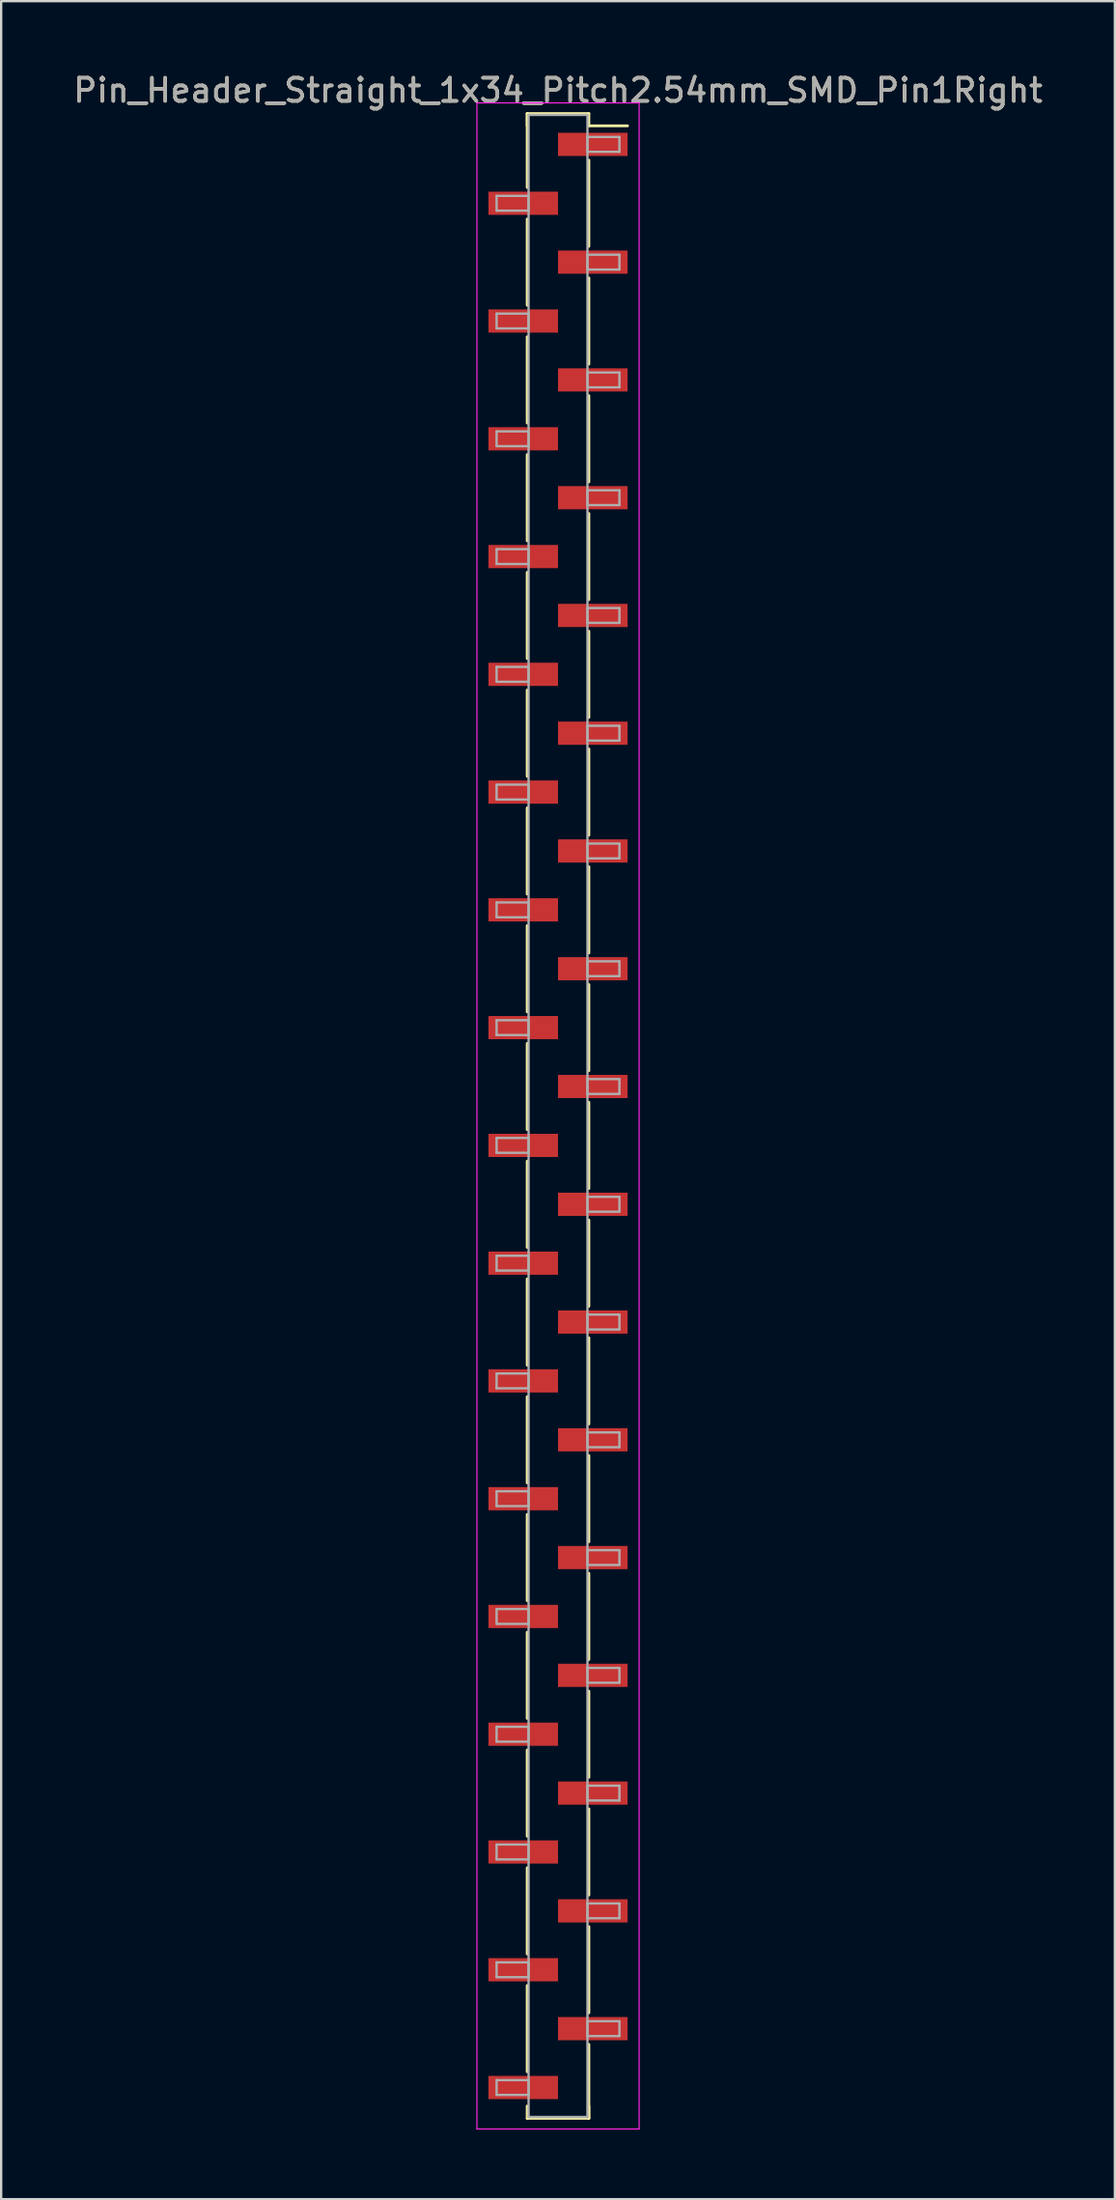
<source format=kicad_pcb>
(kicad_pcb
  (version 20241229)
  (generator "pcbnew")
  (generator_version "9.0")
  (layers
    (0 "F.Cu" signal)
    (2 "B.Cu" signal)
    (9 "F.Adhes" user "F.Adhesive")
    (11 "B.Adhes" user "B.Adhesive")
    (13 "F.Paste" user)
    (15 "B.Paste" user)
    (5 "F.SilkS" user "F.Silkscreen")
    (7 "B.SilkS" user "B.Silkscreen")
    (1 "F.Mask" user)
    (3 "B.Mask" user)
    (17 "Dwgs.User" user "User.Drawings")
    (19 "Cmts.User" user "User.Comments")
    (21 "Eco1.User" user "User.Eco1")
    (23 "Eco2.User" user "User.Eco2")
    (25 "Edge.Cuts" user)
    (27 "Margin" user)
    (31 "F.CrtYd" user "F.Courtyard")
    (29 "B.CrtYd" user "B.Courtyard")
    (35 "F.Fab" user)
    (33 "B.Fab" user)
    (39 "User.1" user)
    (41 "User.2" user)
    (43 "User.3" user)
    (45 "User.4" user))
  (footprint "Pin_Header_Straight_1x34_Pitch2.54mm_SMD_Pin1Right"
    (layer "F.Cu")
    (at 21.03 45.088)
    (property "Reference" "Pin_Header_Straight_1x34_Pitch2.54mm_SMD_Pin1Right" (at 0 -44.24 0) (layer "F.SilkS") (effects (font (size 1 1) (thickness 0.15))))
    (attr smd)
    (fp_line (start -1.33 -43.24) (end -1.33 -40.05) (stroke (width 0.12) (type solid)) (layer "F.SilkS"))
    (fp_line (start -1.33 -43.24) (end 1.33 -43.24) (stroke (width 0.12) (type solid)) (layer "F.SilkS"))
    (fp_line (start -1.33 -42.71) (end -1.33 -43.24) (stroke (width 0.12) (type solid)) (layer "F.SilkS"))
    (fp_line (start -1.33 -38.69) (end -1.33 -34.97) (stroke (width 0.12) (type solid)) (layer "F.SilkS"))
    (fp_line (start -1.33 -33.61) (end -1.33 -29.89) (stroke (width 0.12) (type solid)) (layer "F.SilkS"))
    (fp_line (start -1.33 -28.53) (end -1.33 -24.81) (stroke (width 0.12) (type solid)) (layer "F.SilkS"))
    (fp_line (start -1.33 -23.45) (end -1.33 -19.73) (stroke (width 0.12) (type solid)) (layer "F.SilkS"))
    (fp_line (start -1.33 -18.37) (end -1.33 -14.65) (stroke (width 0.12) (type solid)) (layer "F.SilkS"))
    (fp_line (start -1.33 -13.29) (end -1.33 -9.57) (stroke (width 0.12) (type solid)) (layer "F.SilkS"))
    (fp_line (start -1.33 -8.21) (end -1.33 -4.49) (stroke (width 0.12) (type solid)) (layer "F.SilkS"))
    (fp_line (start -1.33 -3.13) (end -1.33 0.59) (stroke (width 0.12) (type solid)) (layer "F.SilkS"))
    (fp_line (start -1.33 1.95) (end -1.33 5.67) (stroke (width 0.12) (type solid)) (layer "F.SilkS"))
    (fp_line (start -1.33 7.03) (end -1.33 10.75) (stroke (width 0.12) (type solid)) (layer "F.SilkS"))
    (fp_line (start -1.33 12.11) (end -1.33 15.83) (stroke (width 0.12) (type solid)) (layer "F.SilkS"))
    (fp_line (start -1.33 17.19) (end -1.33 20.91) (stroke (width 0.12) (type solid)) (layer "F.SilkS"))
    (fp_line (start -1.33 22.27) (end -1.33 25.99) (stroke (width 0.12) (type solid)) (layer "F.SilkS"))
    (fp_line (start -1.33 27.35) (end -1.33 31.07) (stroke (width 0.12) (type solid)) (layer "F.SilkS"))
    (fp_line (start -1.33 32.43) (end -1.33 36.15) (stroke (width 0.12) (type solid)) (layer "F.SilkS"))
    (fp_line (start -1.33 37.51) (end -1.33 41.23) (stroke (width 0.12) (type solid)) (layer "F.SilkS"))
    (fp_line (start -1.33 42.71) (end -1.33 43.24) (stroke (width 0.12) (type solid)) (layer "F.SilkS"))
    (fp_line (start -1.33 43.24) (end 1.33 43.24) (stroke (width 0.12) (type solid)) (layer "F.SilkS"))
    (fp_line (start 1.33 -43.24) (end 1.33 -42.71) (stroke (width 0.12) (type solid)) (layer "F.SilkS"))
    (fp_line (start 1.33 -42.71) (end 3 -42.71) (stroke (width 0.12) (type solid)) (layer "F.SilkS"))
    (fp_line (start 1.33 -41.23) (end 1.33 -37.51) (stroke (width 0.12) (type solid)) (layer "F.SilkS"))
    (fp_line (start 1.33 -36.15) (end 1.33 -32.43) (stroke (width 0.12) (type solid)) (layer "F.SilkS"))
    (fp_line (start 1.33 -31.07) (end 1.33 -27.35) (stroke (width 0.12) (type solid)) (layer "F.SilkS"))
    (fp_line (start 1.33 -25.99) (end 1.33 -22.27) (stroke (width 0.12) (type solid)) (layer "F.SilkS"))
    (fp_line (start 1.33 -20.91) (end 1.33 -17.19) (stroke (width 0.12) (type solid)) (layer "F.SilkS"))
    (fp_line (start 1.33 -15.83) (end 1.33 -12.11) (stroke (width 0.12) (type solid)) (layer "F.SilkS"))
    (fp_line (start 1.33 -10.75) (end 1.33 -7.03) (stroke (width 0.12) (type solid)) (layer "F.SilkS"))
    (fp_line (start 1.33 -5.67) (end 1.33 -1.95) (stroke (width 0.12) (type solid)) (layer "F.SilkS"))
    (fp_line (start 1.33 -0.59) (end 1.33 3.13) (stroke (width 0.12) (type solid)) (layer "F.SilkS"))
    (fp_line (start 1.33 4.49) (end 1.33 8.21) (stroke (width 0.12) (type solid)) (layer "F.SilkS"))
    (fp_line (start 1.33 9.57) (end 1.33 13.29) (stroke (width 0.12) (type solid)) (layer "F.SilkS"))
    (fp_line (start 1.33 14.65) (end 1.33 18.37) (stroke (width 0.12) (type solid)) (layer "F.SilkS"))
    (fp_line (start 1.33 19.73) (end 1.33 23.45) (stroke (width 0.12) (type solid)) (layer "F.SilkS"))
    (fp_line (start 1.33 24.81) (end 1.33 28.53) (stroke (width 0.12) (type solid)) (layer "F.SilkS"))
    (fp_line (start 1.33 29.89) (end 1.33 33.61) (stroke (width 0.12) (type solid)) (layer "F.SilkS"))
    (fp_line (start 1.33 34.97) (end 1.33 38.69) (stroke (width 0.12) (type solid)) (layer "F.SilkS"))
    (fp_line (start 1.33 40.05) (end 1.33 43.24) (stroke (width 0.12) (type solid)) (layer "F.SilkS"))
    (fp_line (start 1.33 43.24) (end 1.33 42.71) (stroke (width 0.12) (type solid)) (layer "F.SilkS"))
    (fp_line (start -3.5 -43.7) (end -3.5 43.7) (stroke (width 0.05) (type solid)) (layer "F.CrtYd"))
    (fp_line (start -3.5 43.7) (end 3.5 43.7) (stroke (width 0.05) (type solid)) (layer "F.CrtYd"))
    (fp_line (start 3.5 -43.7) (end -3.5 -43.7) (stroke (width 0.05) (type solid)) (layer "F.CrtYd"))
    (fp_line (start 3.5 43.7) (end 3.5 -43.7) (stroke (width 0.05) (type solid)) (layer "F.CrtYd"))
    (fp_line (start -2.65 -39.69) (end -1.27 -39.69) (stroke (width 0.1) (type solid)) (layer "F.Fab"))
    (fp_line (start -2.65 -39.05) (end -2.65 -39.69) (stroke (width 0.1) (type solid)) (layer "F.Fab"))
    (fp_line (start -2.65 -34.61) (end -1.27 -34.61) (stroke (width 0.1) (type solid)) (layer "F.Fab"))
    (fp_line (start -2.65 -33.97) (end -2.65 -34.61) (stroke (width 0.1) (type solid)) (layer "F.Fab"))
    (fp_line (start -2.65 -29.53) (end -1.27 -29.53) (stroke (width 0.1) (type solid)) (layer "F.Fab"))
    (fp_line (start -2.65 -28.89) (end -2.65 -29.53) (stroke (width 0.1) (type solid)) (layer "F.Fab"))
    (fp_line (start -2.65 -24.45) (end -1.27 -24.45) (stroke (width 0.1) (type solid)) (layer "F.Fab"))
    (fp_line (start -2.65 -23.81) (end -2.65 -24.45) (stroke (width 0.1) (type solid)) (layer "F.Fab"))
    (fp_line (start -2.65 -19.37) (end -1.27 -19.37) (stroke (width 0.1) (type solid)) (layer "F.Fab"))
    (fp_line (start -2.65 -18.73) (end -2.65 -19.37) (stroke (width 0.1) (type solid)) (layer "F.Fab"))
    (fp_line (start -2.65 -14.29) (end -1.27 -14.29) (stroke (width 0.1) (type solid)) (layer "F.Fab"))
    (fp_line (start -2.65 -13.65) (end -2.65 -14.29) (stroke (width 0.1) (type solid)) (layer "F.Fab"))
    (fp_line (start -2.65 -9.21) (end -1.27 -9.21) (stroke (width 0.1) (type solid)) (layer "F.Fab"))
    (fp_line (start -2.65 -8.57) (end -2.65 -9.21) (stroke (width 0.1) (type solid)) (layer "F.Fab"))
    (fp_line (start -2.65 -4.13) (end -1.27 -4.13) (stroke (width 0.1) (type solid)) (layer "F.Fab"))
    (fp_line (start -2.65 -3.49) (end -2.65 -4.13) (stroke (width 0.1) (type solid)) (layer "F.Fab"))
    (fp_line (start -2.65 0.95) (end -1.27 0.95) (stroke (width 0.1) (type solid)) (layer "F.Fab"))
    (fp_line (start -2.65 1.59) (end -2.65 0.95) (stroke (width 0.1) (type solid)) (layer "F.Fab"))
    (fp_line (start -2.65 6.03) (end -1.27 6.03) (stroke (width 0.1) (type solid)) (layer "F.Fab"))
    (fp_line (start -2.65 6.67) (end -2.65 6.03) (stroke (width 0.1) (type solid)) (layer "F.Fab"))
    (fp_line (start -2.65 11.11) (end -1.27 11.11) (stroke (width 0.1) (type solid)) (layer "F.Fab"))
    (fp_line (start -2.65 11.75) (end -2.65 11.11) (stroke (width 0.1) (type solid)) (layer "F.Fab"))
    (fp_line (start -2.65 16.19) (end -1.27 16.19) (stroke (width 0.1) (type solid)) (layer "F.Fab"))
    (fp_line (start -2.65 16.83) (end -2.65 16.19) (stroke (width 0.1) (type solid)) (layer "F.Fab"))
    (fp_line (start -2.65 21.27) (end -1.27 21.27) (stroke (width 0.1) (type solid)) (layer "F.Fab"))
    (fp_line (start -2.65 21.91) (end -2.65 21.27) (stroke (width 0.1) (type solid)) (layer "F.Fab"))
    (fp_line (start -2.65 26.35) (end -1.27 26.35) (stroke (width 0.1) (type solid)) (layer "F.Fab"))
    (fp_line (start -2.65 26.99) (end -2.65 26.35) (stroke (width 0.1) (type solid)) (layer "F.Fab"))
    (fp_line (start -2.65 31.43) (end -1.27 31.43) (stroke (width 0.1) (type solid)) (layer "F.Fab"))
    (fp_line (start -2.65 32.07) (end -2.65 31.43) (stroke (width 0.1) (type solid)) (layer "F.Fab"))
    (fp_line (start -2.65 36.51) (end -1.27 36.51) (stroke (width 0.1) (type solid)) (layer "F.Fab"))
    (fp_line (start -2.65 37.15) (end -2.65 36.51) (stroke (width 0.1) (type solid)) (layer "F.Fab"))
    (fp_line (start -2.65 41.59) (end -1.27 41.59) (stroke (width 0.1) (type solid)) (layer "F.Fab"))
    (fp_line (start -2.65 42.23) (end -2.65 41.59) (stroke (width 0.1) (type solid)) (layer "F.Fab"))
    (fp_line (start -1.27 -43.18) (end -1.27 43.18) (stroke (width 0.1) (type solid)) (layer "F.Fab"))
    (fp_line (start -1.27 -39.69) (end -1.27 -39.05) (stroke (width 0.1) (type solid)) (layer "F.Fab"))
    (fp_line (start -1.27 -39.05) (end -2.65 -39.05) (stroke (width 0.1) (type solid)) (layer "F.Fab"))
    (fp_line (start -1.27 -34.61) (end -1.27 -33.97) (stroke (width 0.1) (type solid)) (layer "F.Fab"))
    (fp_line (start -1.27 -33.97) (end -2.65 -33.97) (stroke (width 0.1) (type solid)) (layer "F.Fab"))
    (fp_line (start -1.27 -29.53) (end -1.27 -28.89) (stroke (width 0.1) (type solid)) (layer "F.Fab"))
    (fp_line (start -1.27 -28.89) (end -2.65 -28.89) (stroke (width 0.1) (type solid)) (layer "F.Fab"))
    (fp_line (start -1.27 -24.45) (end -1.27 -23.81) (stroke (width 0.1) (type solid)) (layer "F.Fab"))
    (fp_line (start -1.27 -23.81) (end -2.65 -23.81) (stroke (width 0.1) (type solid)) (layer "F.Fab"))
    (fp_line (start -1.27 -19.37) (end -1.27 -18.73) (stroke (width 0.1) (type solid)) (layer "F.Fab"))
    (fp_line (start -1.27 -18.73) (end -2.65 -18.73) (stroke (width 0.1) (type solid)) (layer "F.Fab"))
    (fp_line (start -1.27 -14.29) (end -1.27 -13.65) (stroke (width 0.1) (type solid)) (layer "F.Fab"))
    (fp_line (start -1.27 -13.65) (end -2.65 -13.65) (stroke (width 0.1) (type solid)) (layer "F.Fab"))
    (fp_line (start -1.27 -9.21) (end -1.27 -8.57) (stroke (width 0.1) (type solid)) (layer "F.Fab"))
    (fp_line (start -1.27 -8.57) (end -2.65 -8.57) (stroke (width 0.1) (type solid)) (layer "F.Fab"))
    (fp_line (start -1.27 -4.13) (end -1.27 -3.49) (stroke (width 0.1) (type solid)) (layer "F.Fab"))
    (fp_line (start -1.27 -3.49) (end -2.65 -3.49) (stroke (width 0.1) (type solid)) (layer "F.Fab"))
    (fp_line (start -1.27 0.95) (end -1.27 1.59) (stroke (width 0.1) (type solid)) (layer "F.Fab"))
    (fp_line (start -1.27 1.59) (end -2.65 1.59) (stroke (width 0.1) (type solid)) (layer "F.Fab"))
    (fp_line (start -1.27 6.03) (end -1.27 6.67) (stroke (width 0.1) (type solid)) (layer "F.Fab"))
    (fp_line (start -1.27 6.67) (end -2.65 6.67) (stroke (width 0.1) (type solid)) (layer "F.Fab"))
    (fp_line (start -1.27 11.11) (end -1.27 11.75) (stroke (width 0.1) (type solid)) (layer "F.Fab"))
    (fp_line (start -1.27 11.75) (end -2.65 11.75) (stroke (width 0.1) (type solid)) (layer "F.Fab"))
    (fp_line (start -1.27 16.19) (end -1.27 16.83) (stroke (width 0.1) (type solid)) (layer "F.Fab"))
    (fp_line (start -1.27 16.83) (end -2.65 16.83) (stroke (width 0.1) (type solid)) (layer "F.Fab"))
    (fp_line (start -1.27 21.27) (end -1.27 21.91) (stroke (width 0.1) (type solid)) (layer "F.Fab"))
    (fp_line (start -1.27 21.91) (end -2.65 21.91) (stroke (width 0.1) (type solid)) (layer "F.Fab"))
    (fp_line (start -1.27 26.35) (end -1.27 26.99) (stroke (width 0.1) (type solid)) (layer "F.Fab"))
    (fp_line (start -1.27 26.99) (end -2.65 26.99) (stroke (width 0.1) (type solid)) (layer "F.Fab"))
    (fp_line (start -1.27 31.43) (end -1.27 32.07) (stroke (width 0.1) (type solid)) (layer "F.Fab"))
    (fp_line (start -1.27 32.07) (end -2.65 32.07) (stroke (width 0.1) (type solid)) (layer "F.Fab"))
    (fp_line (start -1.27 36.51) (end -1.27 37.15) (stroke (width 0.1) (type solid)) (layer "F.Fab"))
    (fp_line (start -1.27 37.15) (end -2.65 37.15) (stroke (width 0.1) (type solid)) (layer "F.Fab"))
    (fp_line (start -1.27 41.59) (end -1.27 42.23) (stroke (width 0.1) (type solid)) (layer "F.Fab"))
    (fp_line (start -1.27 42.23) (end -2.65 42.23) (stroke (width 0.1) (type solid)) (layer "F.Fab"))
    (fp_line (start -1.27 43.18) (end 1.27 43.18) (stroke (width 0.1) (type solid)) (layer "F.Fab"))
    (fp_line (start 1.27 -43.18) (end -1.27 -43.18) (stroke (width 0.1) (type solid)) (layer "F.Fab"))
    (fp_line (start 1.27 -42.23) (end 1.27 -41.59) (stroke (width 0.1) (type solid)) (layer "F.Fab"))
    (fp_line (start 1.27 -41.59) (end 2.65 -41.59) (stroke (width 0.1) (type solid)) (layer "F.Fab"))
    (fp_line (start 1.27 -37.15) (end 1.27 -36.51) (stroke (width 0.1) (type solid)) (layer "F.Fab"))
    (fp_line (start 1.27 -36.51) (end 2.65 -36.51) (stroke (width 0.1) (type solid)) (layer "F.Fab"))
    (fp_line (start 1.27 -32.07) (end 1.27 -31.43) (stroke (width 0.1) (type solid)) (layer "F.Fab"))
    (fp_line (start 1.27 -31.43) (end 2.65 -31.43) (stroke (width 0.1) (type solid)) (layer "F.Fab"))
    (fp_line (start 1.27 -26.99) (end 1.27 -26.35) (stroke (width 0.1) (type solid)) (layer "F.Fab"))
    (fp_line (start 1.27 -26.35) (end 2.65 -26.35) (stroke (width 0.1) (type solid)) (layer "F.Fab"))
    (fp_line (start 1.27 -21.91) (end 1.27 -21.27) (stroke (width 0.1) (type solid)) (layer "F.Fab"))
    (fp_line (start 1.27 -21.27) (end 2.65 -21.27) (stroke (width 0.1) (type solid)) (layer "F.Fab"))
    (fp_line (start 1.27 -16.83) (end 1.27 -16.19) (stroke (width 0.1) (type solid)) (layer "F.Fab"))
    (fp_line (start 1.27 -16.19) (end 2.65 -16.19) (stroke (width 0.1) (type solid)) (layer "F.Fab"))
    (fp_line (start 1.27 -11.75) (end 1.27 -11.11) (stroke (width 0.1) (type solid)) (layer "F.Fab"))
    (fp_line (start 1.27 -11.11) (end 2.65 -11.11) (stroke (width 0.1) (type solid)) (layer "F.Fab"))
    (fp_line (start 1.27 -6.67) (end 1.27 -6.03) (stroke (width 0.1) (type solid)) (layer "F.Fab"))
    (fp_line (start 1.27 -6.03) (end 2.65 -6.03) (stroke (width 0.1) (type solid)) (layer "F.Fab"))
    (fp_line (start 1.27 -1.59) (end 1.27 -0.95) (stroke (width 0.1) (type solid)) (layer "F.Fab"))
    (fp_line (start 1.27 -0.95) (end 2.65 -0.95) (stroke (width 0.1) (type solid)) (layer "F.Fab"))
    (fp_line (start 1.27 3.49) (end 1.27 4.13) (stroke (width 0.1) (type solid)) (layer "F.Fab"))
    (fp_line (start 1.27 4.13) (end 2.65 4.13) (stroke (width 0.1) (type solid)) (layer "F.Fab"))
    (fp_line (start 1.27 8.57) (end 1.27 9.21) (stroke (width 0.1) (type solid)) (layer "F.Fab"))
    (fp_line (start 1.27 9.21) (end 2.65 9.21) (stroke (width 0.1) (type solid)) (layer "F.Fab"))
    (fp_line (start 1.27 13.65) (end 1.27 14.29) (stroke (width 0.1) (type solid)) (layer "F.Fab"))
    (fp_line (start 1.27 14.29) (end 2.65 14.29) (stroke (width 0.1) (type solid)) (layer "F.Fab"))
    (fp_line (start 1.27 18.73) (end 1.27 19.37) (stroke (width 0.1) (type solid)) (layer "F.Fab"))
    (fp_line (start 1.27 19.37) (end 2.65 19.37) (stroke (width 0.1) (type solid)) (layer "F.Fab"))
    (fp_line (start 1.27 23.81) (end 1.27 24.45) (stroke (width 0.1) (type solid)) (layer "F.Fab"))
    (fp_line (start 1.27 24.45) (end 2.65 24.45) (stroke (width 0.1) (type solid)) (layer "F.Fab"))
    (fp_line (start 1.27 28.89) (end 1.27 29.53) (stroke (width 0.1) (type solid)) (layer "F.Fab"))
    (fp_line (start 1.27 29.53) (end 2.65 29.53) (stroke (width 0.1) (type solid)) (layer "F.Fab"))
    (fp_line (start 1.27 33.97) (end 1.27 34.61) (stroke (width 0.1) (type solid)) (layer "F.Fab"))
    (fp_line (start 1.27 34.61) (end 2.65 34.61) (stroke (width 0.1) (type solid)) (layer "F.Fab"))
    (fp_line (start 1.27 39.05) (end 1.27 39.69) (stroke (width 0.1) (type solid)) (layer "F.Fab"))
    (fp_line (start 1.27 39.69) (end 2.65 39.69) (stroke (width 0.1) (type solid)) (layer "F.Fab"))
    (fp_line (start 1.27 43.18) (end 1.27 -43.18) (stroke (width 0.1) (type solid)) (layer "F.Fab"))
    (fp_line (start 2.65 -42.23) (end 1.27 -42.23) (stroke (width 0.1) (type solid)) (layer "F.Fab"))
    (fp_line (start 2.65 -41.59) (end 2.65 -42.23) (stroke (width 0.1) (type solid)) (layer "F.Fab"))
    (fp_line (start 2.65 -37.15) (end 1.27 -37.15) (stroke (width 0.1) (type solid)) (layer "F.Fab"))
    (fp_line (start 2.65 -36.51) (end 2.65 -37.15) (stroke (width 0.1) (type solid)) (layer "F.Fab"))
    (fp_line (start 2.65 -32.07) (end 1.27 -32.07) (stroke (width 0.1) (type solid)) (layer "F.Fab"))
    (fp_line (start 2.65 -31.43) (end 2.65 -32.07) (stroke (width 0.1) (type solid)) (layer "F.Fab"))
    (fp_line (start 2.65 -26.99) (end 1.27 -26.99) (stroke (width 0.1) (type solid)) (layer "F.Fab"))
    (fp_line (start 2.65 -26.35) (end 2.65 -26.99) (stroke (width 0.1) (type solid)) (layer "F.Fab"))
    (fp_line (start 2.65 -21.91) (end 1.27 -21.91) (stroke (width 0.1) (type solid)) (layer "F.Fab"))
    (fp_line (start 2.65 -21.27) (end 2.65 -21.91) (stroke (width 0.1) (type solid)) (layer "F.Fab"))
    (fp_line (start 2.65 -16.83) (end 1.27 -16.83) (stroke (width 0.1) (type solid)) (layer "F.Fab"))
    (fp_line (start 2.65 -16.19) (end 2.65 -16.83) (stroke (width 0.1) (type solid)) (layer "F.Fab"))
    (fp_line (start 2.65 -11.75) (end 1.27 -11.75) (stroke (width 0.1) (type solid)) (layer "F.Fab"))
    (fp_line (start 2.65 -11.11) (end 2.65 -11.75) (stroke (width 0.1) (type solid)) (layer "F.Fab"))
    (fp_line (start 2.65 -6.67) (end 1.27 -6.67) (stroke (width 0.1) (type solid)) (layer "F.Fab"))
    (fp_line (start 2.65 -6.03) (end 2.65 -6.67) (stroke (width 0.1) (type solid)) (layer "F.Fab"))
    (fp_line (start 2.65 -1.59) (end 1.27 -1.59) (stroke (width 0.1) (type solid)) (layer "F.Fab"))
    (fp_line (start 2.65 -0.95) (end 2.65 -1.59) (stroke (width 0.1) (type solid)) (layer "F.Fab"))
    (fp_line (start 2.65 3.49) (end 1.27 3.49) (stroke (width 0.1) (type solid)) (layer "F.Fab"))
    (fp_line (start 2.65 4.13) (end 2.65 3.49) (stroke (width 0.1) (type solid)) (layer "F.Fab"))
    (fp_line (start 2.65 8.57) (end 1.27 8.57) (stroke (width 0.1) (type solid)) (layer "F.Fab"))
    (fp_line (start 2.65 9.21) (end 2.65 8.57) (stroke (width 0.1) (type solid)) (layer "F.Fab"))
    (fp_line (start 2.65 13.65) (end 1.27 13.65) (stroke (width 0.1) (type solid)) (layer "F.Fab"))
    (fp_line (start 2.65 14.29) (end 2.65 13.65) (stroke (width 0.1) (type solid)) (layer "F.Fab"))
    (fp_line (start 2.65 18.73) (end 1.27 18.73) (stroke (width 0.1) (type solid)) (layer "F.Fab"))
    (fp_line (start 2.65 19.37) (end 2.65 18.73) (stroke (width 0.1) (type solid)) (layer "F.Fab"))
    (fp_line (start 2.65 23.81) (end 1.27 23.81) (stroke (width 0.1) (type solid)) (layer "F.Fab"))
    (fp_line (start 2.65 24.45) (end 2.65 23.81) (stroke (width 0.1) (type solid)) (layer "F.Fab"))
    (fp_line (start 2.65 28.89) (end 1.27 28.89) (stroke (width 0.1) (type solid)) (layer "F.Fab"))
    (fp_line (start 2.65 29.53) (end 2.65 28.89) (stroke (width 0.1) (type solid)) (layer "F.Fab"))
    (fp_line (start 2.65 33.97) (end 1.27 33.97) (stroke (width 0.1) (type solid)) (layer "F.Fab"))
    (fp_line (start 2.65 34.61) (end 2.65 33.97) (stroke (width 0.1) (type solid)) (layer "F.Fab"))
    (fp_line (start 2.65 39.05) (end 1.27 39.05) (stroke (width 0.1) (type solid)) (layer "F.Fab"))
    (fp_line (start 2.65 39.69) (end 2.65 39.05) (stroke (width 0.1) (type solid)) (layer "F.Fab"))
    (fp_text user "${REFERENCE}" (at 0 -44.24 0) (layer "F.Fab") (effects (font (size 1 1) (thickness 0.15))))
    (pad "1" smd rect (at 1.5 -41.91) (size 3 1) (layers "F.Cu" "F.Mask" "F.Paste"))
    (pad "2" smd rect (at -1.5 -39.37) (size 3 1) (layers "F.Cu" "F.Mask" "F.Paste"))
    (pad "3" smd rect (at 1.5 -36.83) (size 3 1) (layers "F.Cu" "F.Mask" "F.Paste"))
    (pad "4" smd rect (at -1.5 -34.29) (size 3 1) (layers "F.Cu" "F.Mask" "F.Paste"))
    (pad "5" smd rect (at 1.5 -31.75) (size 3 1) (layers "F.Cu" "F.Mask" "F.Paste"))
    (pad "6" smd rect (at -1.5 -29.21) (size 3 1) (layers "F.Cu" "F.Mask" "F.Paste"))
    (pad "7" smd rect (at 1.5 -26.67) (size 3 1) (layers "F.Cu" "F.Mask" "F.Paste"))
    (pad "8" smd rect (at -1.5 -24.13) (size 3 1) (layers "F.Cu" "F.Mask" "F.Paste"))
    (pad "9" smd rect (at 1.5 -21.59) (size 3 1) (layers "F.Cu" "F.Mask" "F.Paste"))
    (pad "10" smd rect (at -1.5 -19.05) (size 3 1) (layers "F.Cu" "F.Mask" "F.Paste"))
    (pad "11" smd rect (at 1.5 -16.51) (size 3 1) (layers "F.Cu" "F.Mask" "F.Paste"))
    (pad "12" smd rect (at -1.5 -13.97) (size 3 1) (layers "F.Cu" "F.Mask" "F.Paste"))
    (pad "13" smd rect (at 1.5 -11.43) (size 3 1) (layers "F.Cu" "F.Mask" "F.Paste"))
    (pad "14" smd rect (at -1.5 -8.89) (size 3 1) (layers "F.Cu" "F.Mask" "F.Paste"))
    (pad "15" smd rect (at 1.5 -6.35) (size 3 1) (layers "F.Cu" "F.Mask" "F.Paste"))
    (pad "16" smd rect (at -1.5 -3.81) (size 3 1) (layers "F.Cu" "F.Mask" "F.Paste"))
    (pad "17" smd rect (at 1.5 -1.27) (size 3 1) (layers "F.Cu" "F.Mask" "F.Paste"))
    (pad "18" smd rect (at -1.5 1.27) (size 3 1) (layers "F.Cu" "F.Mask" "F.Paste"))
    (pad "19" smd rect (at 1.5 3.81) (size 3 1) (layers "F.Cu" "F.Mask" "F.Paste"))
    (pad "20" smd rect (at -1.5 6.35) (size 3 1) (layers "F.Cu" "F.Mask" "F.Paste"))
    (pad "21" smd rect (at 1.5 8.89) (size 3 1) (layers "F.Cu" "F.Mask" "F.Paste"))
    (pad "22" smd rect (at -1.5 11.43) (size 3 1) (layers "F.Cu" "F.Mask" "F.Paste"))
    (pad "23" smd rect (at 1.5 13.97) (size 3 1) (layers "F.Cu" "F.Mask" "F.Paste"))
    (pad "24" smd rect (at -1.5 16.51) (size 3 1) (layers "F.Cu" "F.Mask" "F.Paste"))
    (pad "25" smd rect (at 1.5 19.05) (size 3 1) (layers "F.Cu" "F.Mask" "F.Paste"))
    (pad "26" smd rect (at -1.5 21.59) (size 3 1) (layers "F.Cu" "F.Mask" "F.Paste"))
    (pad "27" smd rect (at 1.5 24.13) (size 3 1) (layers "F.Cu" "F.Mask" "F.Paste"))
    (pad "28" smd rect (at -1.5 26.67) (size 3 1) (layers "F.Cu" "F.Mask" "F.Paste"))
    (pad "29" smd rect (at 1.5 29.21) (size 3 1) (layers "F.Cu" "F.Mask" "F.Paste"))
    (pad "30" smd rect (at -1.5 31.75) (size 3 1) (layers "F.Cu" "F.Mask" "F.Paste"))
    (pad "31" smd rect (at 1.5 34.29) (size 3 1) (layers "F.Cu" "F.Mask" "F.Paste"))
    (pad "32" smd rect (at -1.5 36.83) (size 3 1) (layers "F.Cu" "F.Mask" "F.Paste"))
    (pad "33" smd rect (at 1.5 39.37) (size 3 1) (layers "F.Cu" "F.Mask" "F.Paste"))
    (pad "34" smd rect (at -1.5 41.91) (size 3 1) (layers "F.Cu" "F.Mask" "F.Paste")))
  (gr_rect
    (start -3 -3)
    (end 45.06 91.813)
    (stroke (width 0.1) (type default))
    (fill no)
    (layer "Edge.Cuts")))
</source>
